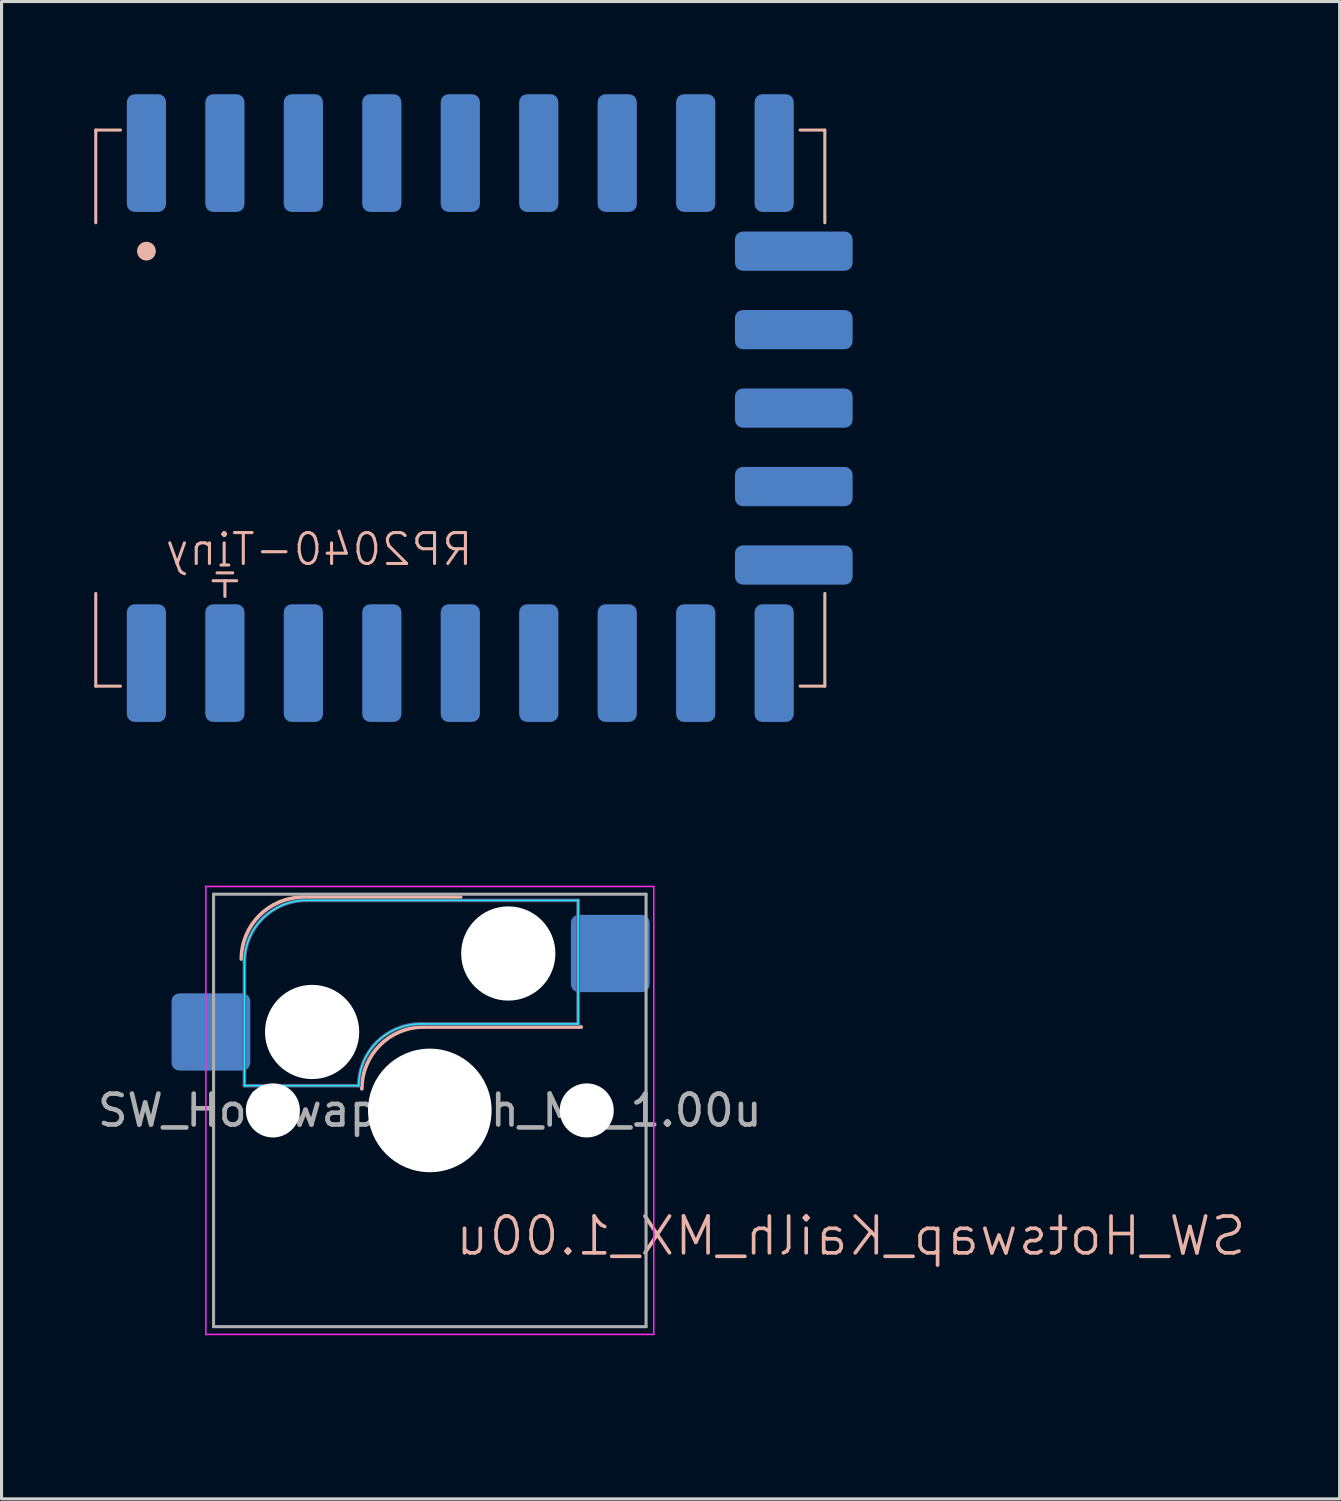
<source format=kicad_pcb>
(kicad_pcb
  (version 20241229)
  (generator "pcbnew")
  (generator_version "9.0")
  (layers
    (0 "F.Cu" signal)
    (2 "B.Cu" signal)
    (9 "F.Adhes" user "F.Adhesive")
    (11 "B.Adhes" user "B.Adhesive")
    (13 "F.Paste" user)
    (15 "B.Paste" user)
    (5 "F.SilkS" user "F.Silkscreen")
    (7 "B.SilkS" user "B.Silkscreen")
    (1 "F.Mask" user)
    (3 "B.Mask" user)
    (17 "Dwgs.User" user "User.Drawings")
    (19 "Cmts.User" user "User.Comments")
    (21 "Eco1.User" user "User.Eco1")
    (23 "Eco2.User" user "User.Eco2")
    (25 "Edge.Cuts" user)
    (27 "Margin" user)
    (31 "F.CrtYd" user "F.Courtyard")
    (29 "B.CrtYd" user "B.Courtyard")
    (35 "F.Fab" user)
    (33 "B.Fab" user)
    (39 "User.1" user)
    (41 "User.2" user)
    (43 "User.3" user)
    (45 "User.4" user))
  (footprint "RP2040-Tiny"
    (layer "F.Cu")
    (at 11.85 10.16)
    (property "Reference" "RP2040-Tiny" (at -4.572 4.572 0) (unlocked yes) (layer "B.SilkS") (effects (font (size 1 1) (thickness 0.1)) (justify mirror)))
    (attr smd)
    (fp_line (start -11.8 -9) (end -11.8 -6) (stroke (width 0.1) (type default)) (layer "B.SilkS"))
    (fp_line (start -11.8 -9) (end -11 -9) (stroke (width 0.1) (type default)) (layer "B.SilkS"))
    (fp_line (start -11.8 9) (end -11.8 6) (stroke (width 0.1) (type default)) (layer "B.SilkS"))
    (fp_line (start -11.8 9) (end -11 9) (stroke (width 0.1) (type default)) (layer "B.SilkS"))
    (fp_line (start -8.001 5.588) (end -7.239 5.588) (stroke (width 0.1) (type default)) (layer "B.SilkS"))
    (fp_line (start -7.874 5.334) (end -7.366 5.334) (stroke (width 0.1) (type default)) (layer "B.SilkS"))
    (fp_line (start -7.747 5.08) (end -7.493 5.08) (stroke (width 0.1) (type default)) (layer "B.SilkS"))
    (fp_line (start -7.62 6.096) (end -7.62 5.588) (stroke (width 0.1) (type default)) (layer "B.SilkS"))
    (fp_line (start 11 9) (end 11.8 9) (stroke (width 0.1) (type default)) (layer "B.SilkS"))
    (fp_line (start 11.8 -9) (end 11 -9) (stroke (width 0.1) (type default)) (layer "B.SilkS"))
    (fp_line (start 11.8 -9) (end 11.8 -6) (stroke (width 0.1) (type default)) (layer "B.SilkS"))
    (fp_line (start 11.8 9) (end 11.8 6) (stroke (width 0.1) (type default)) (layer "B.SilkS"))
    (fp_circle (center -10.16 -5.08) (end -9.906 -5.08) (stroke (width 0.1) (type solid)) (fill yes) (layer "B.SilkS"))
    (pad "0" smd roundrect (at -10.16 -8.255) (size 1.27 3.81) (layers "B.Cu" "B.Mask" "B.Paste") (roundrect_rratio 0.2))
    (pad "1" smd roundrect (at -7.62 -8.255) (size 1.27 3.81) (layers "B.Cu" "B.Mask" "B.Paste") (roundrect_rratio 0.2))
    (pad "2" smd roundrect (at -5.08 -8.255) (size 1.27 3.81) (layers "B.Cu" "B.Mask" "B.Paste") (roundrect_rratio 0.2))
    (pad "3" smd roundrect (at -2.54 -8.255) (size 1.27 3.81) (layers "B.Cu" "B.Mask" "B.Paste") (roundrect_rratio 0.2))
    (pad "4" smd roundrect (at 0 -8.255) (size 1.27 3.81) (layers "B.Cu" "B.Mask" "B.Paste") (roundrect_rratio 0.2))
    (pad "5" smd roundrect (at 2.54 -8.255) (size 1.27 3.81) (layers "B.Cu" "B.Mask" "B.Paste") (roundrect_rratio 0.2))
    (pad "6" smd roundrect (at 5.08 -8.255) (size 1.27 3.81) (layers "B.Cu" "B.Mask" "B.Paste") (roundrect_rratio 0.2))
    (pad "7" smd roundrect (at 7.62 -8.255) (size 1.27 3.81) (layers "B.Cu" "B.Mask" "B.Paste") (roundrect_rratio 0.2))
    (pad "8" smd roundrect (at 10.16 -8.255) (size 1.27 3.81) (layers "B.Cu" "B.Mask" "B.Paste") (roundrect_rratio 0.2))
    (pad "9" smd roundrect (at 10.795 -5.08 90) (size 1.27 3.81) (layers "B.Cu" "B.Mask" "B.Paste") (roundrect_rratio 0.2))
    (pad "10" smd roundrect (at 10.795 -2.54 90) (size 1.27 3.81) (layers "B.Cu" "B.Mask" "B.Paste") (roundrect_rratio 0.2))
    (pad "11" smd roundrect (at 10.795 0 90) (size 1.27 3.81) (layers "B.Cu" "B.Mask" "B.Paste") (roundrect_rratio 0.2))
    (pad "12" smd roundrect (at 10.795 2.54 90) (size 1.27 3.81) (layers "B.Cu" "B.Mask" "B.Paste") (roundrect_rratio 0.2))
    (pad "13" smd roundrect (at 10.795 5.08 90) (size 1.27 3.81) (layers "B.Cu" "B.Mask" "B.Paste") (roundrect_rratio 0.2))
    (pad "14" smd roundrect (at 10.16 8.255 180) (size 1.27 3.81) (layers "B.Cu" "B.Mask" "B.Paste") (roundrect_rratio 0.2))
    (pad "15" smd roundrect (at 7.62 8.255 180) (size 1.27 3.81) (layers "B.Cu" "B.Mask" "B.Paste") (roundrect_rratio 0.2))
    (pad "16" smd roundrect (at 5.08 8.255 180) (size 1.27 3.81) (layers "B.Cu" "B.Mask" "B.Paste") (roundrect_rratio 0.2))
    (pad "17" smd roundrect (at 2.54 8.255 180) (size 1.27 3.81) (layers "B.Cu" "B.Mask" "B.Paste") (roundrect_rratio 0.2))
    (pad "18" smd roundrect (at 0 8.255 180) (size 1.27 3.81) (layers "B.Cu" "B.Mask" "B.Paste") (roundrect_rratio 0.2))
    (pad "19" smd roundrect (at -2.54 8.255 180) (size 1.27 3.81) (layers "B.Cu" "B.Mask" "B.Paste") (roundrect_rratio 0.2))
    (pad "20" smd roundrect (at -5.08 8.255 180) (size 1.27 3.81) (layers "B.Cu" "B.Mask" "B.Paste") (roundrect_rratio 0.2))
    (pad "21" smd roundrect (at -7.62 8.255 180) (size 1.27 3.81) (layers "B.Cu" "B.Mask" "B.Paste") (roundrect_rratio 0.2))
    (pad "22" smd roundrect (at -10.16 8.255 180) (size 1.27 3.81) (layers "B.Cu" "B.Mask" "B.Paste") (roundrect_rratio 0.2)))
  (footprint "SW_Hotswap_Kailh_MX_1.00u"
    (layer "F.Cu")
    (at 10.863 32.895)
    (property "Reference" "SW_Hotswap_Kailh_MX_1.00u" (at 0.762 4.064 0) (layer "B.SilkS") (effects (font (size 1.191 1.191) (thickness 0.119)) (justify right mirror)))
    (attr smd)
    (fp_line (start -4.1 -6.9) (end 1 -6.9) (stroke (width 0.12) (type solid)) (layer "B.SilkS"))
    (fp_line (start -0.2 -2.7) (end 4.9 -2.7) (stroke (width 0.12) (type solid)) (layer "B.SilkS"))
    (fp_arc (start -6.1 -4.9) (mid -5.514214 -6.314214) (end -4.1 -6.9) (stroke (width 0.12) (type solid)) (layer "B.SilkS"))
    (fp_arc (start -2.2 -0.7) (mid -1.614214 -2.114214) (end -0.2 -2.7) (stroke (width 0.12) (type solid)) (layer "B.SilkS"))
    (fp_line (start -7.8 -6) (end -7 -6) (stroke (width 0.1) (type solid)) (layer "Eco1.User"))
    (fp_line (start -7.8 -2.9) (end -7.8 -6) (stroke (width 0.1) (type solid)) (layer "Eco1.User"))
    (fp_line (start -7.8 2.9) (end -7 2.9) (stroke (width 0.1) (type solid)) (layer "Eco1.User"))
    (fp_line (start -7.8 6) (end -7.8 2.9) (stroke (width 0.1) (type solid)) (layer "Eco1.User"))
    (fp_line (start -7 -7) (end 7 -7) (stroke (width 0.1) (type solid)) (layer "Eco1.User"))
    (fp_line (start -7 -6) (end -7 -7) (stroke (width 0.1) (type solid)) (layer "Eco1.User"))
    (fp_line (start -7 -2.9) (end -7.8 -2.9) (stroke (width 0.1) (type solid)) (layer "Eco1.User"))
    (fp_line (start -7 2.9) (end -7 -2.9) (stroke (width 0.1) (type solid)) (layer "Eco1.User"))
    (fp_line (start -7 6) (end -7.8 6) (stroke (width 0.1) (type solid)) (layer "Eco1.User"))
    (fp_line (start -7 7) (end -7 6) (stroke (width 0.1) (type solid)) (layer "Eco1.User"))
    (fp_line (start 7 -7) (end 7 -6) (stroke (width 0.1) (type solid)) (layer "Eco1.User"))
    (fp_line (start 7 -6) (end 7.8 -6) (stroke (width 0.1) (type solid)) (layer "Eco1.User"))
    (fp_line (start 7 -2.9) (end 7 2.9) (stroke (width 0.1) (type solid)) (layer "Eco1.User"))
    (fp_line (start 7 2.9) (end 7.8 2.9) (stroke (width 0.1) (type solid)) (layer "Eco1.User"))
    (fp_line (start 7 6) (end 7 7) (stroke (width 0.1) (type solid)) (layer "Eco1.User"))
    (fp_line (start 7 7) (end -7 7) (stroke (width 0.1) (type solid)) (layer "Eco1.User"))
    (fp_line (start 7.8 -6) (end 7.8 -2.9) (stroke (width 0.1) (type solid)) (layer "Eco1.User"))
    (fp_line (start 7.8 -2.9) (end 7 -2.9) (stroke (width 0.1) (type solid)) (layer "Eco1.User"))
    (fp_line (start 7.8 2.9) (end 7.8 6) (stroke (width 0.1) (type solid)) (layer "Eco1.User"))
    (fp_line (start 7.8 6) (end 7 6) (stroke (width 0.1) (type solid)) (layer "Eco1.User"))
    (fp_line (start -9.525 -9.525) (end -9.525 9.525) (stroke (width 0.1) (type solid)) (layer "Eco2.User"))
    (fp_line (start -9.525 9.525) (end 9.525 9.525) (stroke (width 0.1) (type solid)) (layer "Eco2.User"))
    (fp_line (start 9.525 -9.525) (end -9.525 -9.525) (stroke (width 0.1) (type solid)) (layer "Eco2.User"))
    (fp_line (start 9.525 9.525) (end 9.525 -9.525) (stroke (width 0.1) (type solid)) (layer "Eco2.User"))
    (fp_line (start -6 -0.8) (end -6 -4.8) (stroke (width 0.05) (type solid)) (layer "B.CrtYd"))
    (fp_line (start -6 -0.8) (end -2.3 -0.8) (stroke (width 0.05) (type solid)) (layer "B.CrtYd"))
    (fp_line (start -4 -6.8) (end 4.8 -6.8) (stroke (width 0.05) (type solid)) (layer "B.CrtYd"))
    (fp_line (start -0.3 -2.8) (end 4.8 -2.8) (stroke (width 0.05) (type solid)) (layer "B.CrtYd"))
    (fp_line (start 4.8 -6.8) (end 4.8 -2.8) (stroke (width 0.05) (type solid)) (layer "B.CrtYd"))
    (fp_arc (start -6 -4.8) (mid -5.414214 -6.214214) (end -4 -6.8) (stroke (width 0.05) (type solid)) (layer "B.CrtYd"))
    (fp_arc (start -2.3 -0.8) (mid -1.714214 -2.214214) (end -0.3 -2.8) (stroke (width 0.05) (type solid)) (layer "B.CrtYd"))
    (fp_line (start -7.25 -7.25) (end -7.25 7.25) (stroke (width 0.05) (type solid)) (layer "F.CrtYd"))
    (fp_line (start -7.25 7.25) (end 7.25 7.25) (stroke (width 0.05) (type solid)) (layer "F.CrtYd"))
    (fp_line (start 7.25 -7.25) (end -7.25 -7.25) (stroke (width 0.05) (type solid)) (layer "F.CrtYd"))
    (fp_line (start 7.25 7.25) (end 7.25 -7.25) (stroke (width 0.05) (type solid)) (layer "F.CrtYd"))
    (fp_line (start -6 -0.8) (end -6 -4.8) (stroke (width 0.12) (type solid)) (layer "B.Fab"))
    (fp_line (start -6 -0.8) (end -2.3 -0.8) (stroke (width 0.12) (type solid)) (layer "B.Fab"))
    (fp_line (start -4 -6.8) (end 4.8 -6.8) (stroke (width 0.12) (type solid)) (layer "B.Fab"))
    (fp_line (start -0.3 -2.8) (end 4.8 -2.8) (stroke (width 0.12) (type solid)) (layer "B.Fab"))
    (fp_line (start 4.8 -6.8) (end 4.8 -2.8) (stroke (width 0.12) (type solid)) (layer "B.Fab"))
    (fp_arc (start -6 -4.8) (mid -5.414214 -6.214214) (end -4 -6.8) (stroke (width 0.12) (type solid)) (layer "B.Fab"))
    (fp_arc (start -2.3 -0.8) (mid -1.714214 -2.214214) (end -0.3 -2.8) (stroke (width 0.12) (type solid)) (layer "B.Fab"))
    (fp_line (start -7 -7) (end -7 7) (stroke (width 0.1) (type solid)) (layer "F.Fab"))
    (fp_line (start -7 7) (end 7 7) (stroke (width 0.1) (type solid)) (layer "F.Fab"))
    (fp_line (start 7 -7) (end -7 -7) (stroke (width 0.1) (type solid)) (layer "F.Fab"))
    (fp_line (start 7 7) (end 7 -7) (stroke (width 0.1) (type solid)) (layer "F.Fab"))
    (fp_text user "${REFERENCE}" (at 0 0 0) (layer "F.Fab") (effects (font (size 1 1) (thickness 0.15))))
    (pad "" np_thru_hole circle (at -5.08 0) (size 1.75 1.75) (drill 1.75) (layers "*.Cu" "*.Mask"))
    (pad "" np_thru_hole circle (at -3.81 -2.54) (size 3.05 3.05) (drill 3.05) (layers "*.Cu" "*.Mask"))
    (pad "" np_thru_hole circle (at 0 0) (size 4 4) (drill 4) (layers "*.Cu" "*.Mask"))
    (pad "" np_thru_hole circle (at 2.54 -5.08) (size 3.05 3.05) (drill 3.05) (layers "*.Cu" "*.Mask"))
    (pad "" np_thru_hole circle (at 5.08 0) (size 1.75 1.75) (drill 1.75) (layers "*.Cu" "*.Mask"))
    (pad "1" smd roundrect (at -7.085 -2.54) (size 2.55 2.5) (layers "B.Cu" "B.Mask" "B.Paste") (roundrect_rratio 0.1))
    (pad "2" smd roundrect (at 5.842 -5.08) (size 2.55 2.5) (layers "B.Cu" "B.Mask" "B.Paste") (roundrect_rratio 0.1)))
  (gr_rect
    (start -3 -3)
    (end 40.314 45.47)
    (stroke (width 0.1) (type default))
    (fill no)
    (layer "Edge.Cuts")))
</source>
